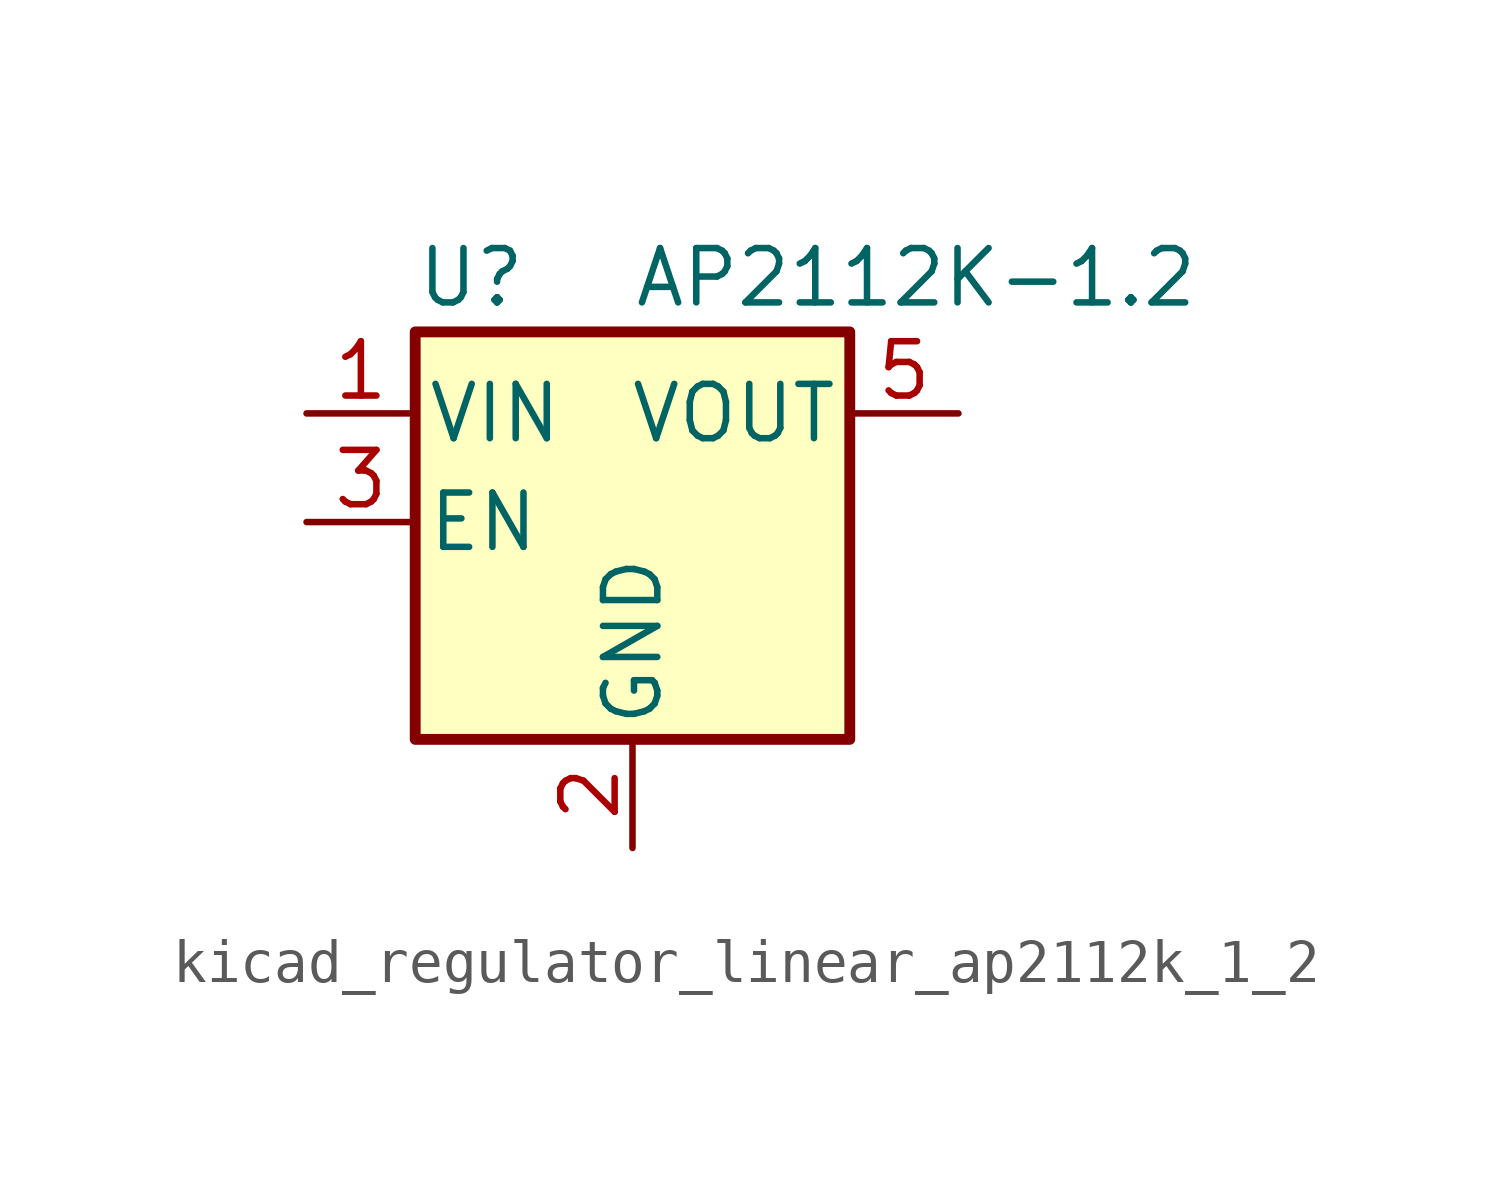
<source format=kicad_sym>
(kicad_symbol_lib
  (version 20220914)
  (generator kicad_symbol_editor)
  (symbol "kicad_regulator_linear_ap2112k_1_2"
    (pin_names
      (offset 0.254))
    (property "Reference" "U"
      (at -5.08 5.715 0)
      (effects (font (size 1.27 1.27)) (justify left)))
    (property "Value" "AP2112K-1.2"
      (at 0 5.715 0)
      (effects (font (size 1.27 1.27)) (justify left)))
    (symbol "kicad_regulator_linear_ap2112k_1_2_0_1"
      (rectangle (start -5.08 4.445) (end 5.08 -5.08) (stroke (width 0.254) (type default)) (fill (type background))))
    (symbol "kicad_regulator_linear_ap2112k_1_2_1_1"
      (pin power_in line (at -7.62 2.54 0) (length 2.54) (name "VIN" (effects (font (size 1.27 1.27)))) (number "1" (effects (font (size 1.27 1.27)))))
      (pin power_in line (at 0 -7.62 90) (length 2.54) (name "GND" (effects (font (size 1.27 1.27)))) (number "2" (effects (font (size 1.27 1.27)))))
      (pin input line (at -7.62 0 0) (length 2.54) (name "EN" (effects (font (size 1.27 1.27)))) (number "3" (effects (font (size 1.27 1.27)))))
      (pin no_connect line (at 5.08 0 180) (length 2.54) hide (name "NC" (effects (font (size 1.27 1.27)))) (number "4" (effects (font (size 1.27 1.27)))))
      (pin power_out line (at 7.62 2.54 180) (length 2.54) (name "VOUT" (effects (font (size 1.27 1.27)))) (number "5" (effects (font (size 1.27 1.27))))))))
</source>
